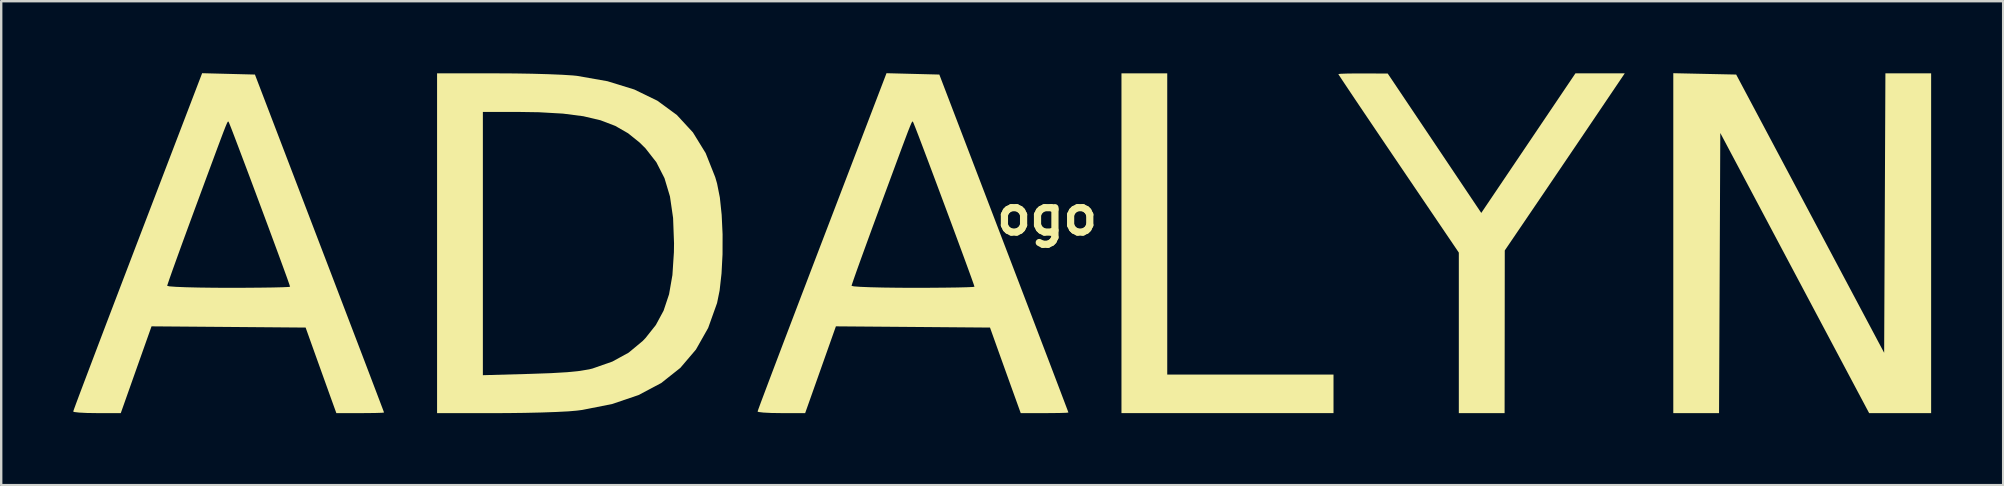
<source format=kicad_pcb>
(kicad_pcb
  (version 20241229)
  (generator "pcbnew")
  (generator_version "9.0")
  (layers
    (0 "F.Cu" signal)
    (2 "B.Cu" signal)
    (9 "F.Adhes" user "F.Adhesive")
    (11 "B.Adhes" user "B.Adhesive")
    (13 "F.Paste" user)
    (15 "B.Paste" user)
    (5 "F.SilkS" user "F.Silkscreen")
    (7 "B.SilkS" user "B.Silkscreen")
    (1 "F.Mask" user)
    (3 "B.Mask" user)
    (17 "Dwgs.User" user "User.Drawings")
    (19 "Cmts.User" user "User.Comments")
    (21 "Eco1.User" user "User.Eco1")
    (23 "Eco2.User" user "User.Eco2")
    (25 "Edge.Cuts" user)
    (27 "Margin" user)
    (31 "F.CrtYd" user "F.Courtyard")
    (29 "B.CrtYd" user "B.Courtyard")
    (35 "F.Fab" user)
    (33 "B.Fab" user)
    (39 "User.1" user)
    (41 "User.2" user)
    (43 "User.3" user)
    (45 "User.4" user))
  (footprint "Logo"
    (layer "F.Cu")
    (at 39.957 5.929)
    (property "Reference" "Logo" (at 0 0 0) (layer "F.SilkS") (effects (font (size 1.524 1.524) (thickness 0.3))))
    (attr board_only exclude_from_pos_files exclude_from_bom)
    (fp_poly (pts (xy 5.622 6.626) (xy 12.549 6.626) (xy 12.549 8.232) (xy 3.715 8.232) (xy 3.715 -5.923) (xy 5.622 -5.923)) (stroke (width 0) (type solid)) (fill yes) (layer "F.SilkS"))
    (fp_poly (pts (xy 28.015 -5.901) (xy 29.325 -5.873) (xy 35.49 5.719) (xy 35.516 -0.102) (xy 35.542 -5.923) (xy 37.447 -5.923) (xy 37.447 8.232) (xy 34.864 8.232) (xy 31.763 2.397) (xy 28.663 -3.439) (xy 28.637 2.397) (xy 28.611 8.232) (xy 26.705 8.232) (xy 26.705 -5.929)) (stroke (width 0) (type solid)) (fill yes) (layer "F.SilkS"))
    (fp_poly (pts (xy 23.445 -4.091) (xy 22.976 -3.397) (xy 22.439 -2.604) (xy 21.881 -1.781) (xy 21.348 -0.994) (xy 20.946 -0.402) (xy 19.684 1.456) (xy 19.681 4.844) (xy 19.677 8.232) (xy 17.77 8.232) (xy 17.77 1.545) (xy 15.26 -2.158) (xy 14.74 -2.926) (xy 14.257 -3.641) (xy 13.821 -4.287) (xy 13.444 -4.847) (xy 13.138 -5.304) (xy 12.913 -5.641) (xy 12.781 -5.842) (xy 12.75 -5.893) (xy 12.844 -5.905) (xy 13.096 -5.914) (xy 13.465 -5.919) (xy 13.779 -5.919) (xy 14.808 -5.915) (xy 16.757 -3.012) (xy 18.705 -0.108) (xy 20.667 -3.016) (xy 22.628 -5.923) (xy 24.683 -5.923)) (stroke (width 0) (type solid)) (fill yes) (layer "F.SilkS"))
    (fp_poly (pts (xy -21.566 -5.919) (xy -20.836 -5.907) (xy -20.162 -5.888) (xy -19.584 -5.864) (xy -19.144 -5.836) (xy -18.972 -5.819) (xy -17.698 -5.595) (xy -16.583 -5.251) (xy -15.621 -4.784) (xy -14.809 -4.189) (xy -14.139 -3.463) (xy -13.608 -2.6) (xy -13.21 -1.599) (xy -13.133 -1.335) (xy -13.017 -0.751) (xy -12.941 -0.027) (xy -12.903 0.779) (xy -12.905 1.612) (xy -12.947 2.413) (xy -13.027 3.126) (xy -13.133 3.646) (xy -13.504 4.684) (xy -14.013 5.584) (xy -14.664 6.348) (xy -15.46 6.979) (xy -16.405 7.48) (xy -17.501 7.852) (xy -18.753 8.1) (xy -18.972 8.128) (xy -19.318 8.158) (xy -19.824 8.184) (xy -20.449 8.206) (xy -21.153 8.222) (xy -21.894 8.231) (xy -22.31 8.232) (xy -24.798 8.232) (xy -24.798 -4.317) (xy -22.89 -4.317) (xy -22.89 6.652) (xy -20.907 6.597) (xy -20.052 6.567) (xy -19.375 6.527) (xy -18.852 6.474) (xy -18.46 6.408) (xy -18.322 6.374) (xy -17.496 6.085) (xy -16.817 5.713) (xy -16.236 5.231) (xy -16.114 5.104) (xy -15.684 4.562) (xy -15.361 3.964) (xy -15.133 3.281) (xy -14.993 2.48) (xy -14.931 1.532) (xy -14.926 1.155) (xy -14.965 0.102) (xy -15.095 -0.794) (xy -15.324 -1.558) (xy -15.662 -2.219) (xy -16.117 -2.801) (xy -16.36 -3.041) (xy -16.839 -3.426) (xy -17.373 -3.733) (xy -17.988 -3.968) (xy -18.706 -4.137) (xy -19.555 -4.246) (xy -20.557 -4.303) (xy -21.359 -4.315) (xy -22.89 -4.317) (xy -24.798 -4.317) (xy -24.798 -5.923) (xy -22.31 -5.923)) (stroke (width 0) (type solid)) (fill yes) (layer "F.SilkS"))
    (fp_poly (pts (xy -33.486 -5.901) (xy -32.386 -5.873) (xy -29.697 1.155) (xy -29.264 2.285) (xy -28.854 3.359) (xy -28.47 4.364) (xy -28.118 5.284) (xy -27.805 6.104) (xy -27.536 6.811) (xy -27.316 7.389) (xy -27.151 7.824) (xy -27.046 8.101) (xy -27.007 8.207) (xy -27.007 8.207) (xy -27.1 8.218) (xy -27.351 8.226) (xy -27.718 8.231) (xy -28 8.232) (xy -28.994 8.232) (xy -29.257 7.505) (xy -29.407 7.087) (xy -29.595 6.563) (xy -29.792 6.015) (xy -29.897 5.723) (xy -30.274 4.668) (xy -33.484 4.642) (xy -36.694 4.617) (xy -37.335 6.424) (xy -37.975 8.232) (xy -38.966 8.232) (xy -39.385 8.226) (xy -39.716 8.209) (xy -39.917 8.185) (xy -39.957 8.166) (xy -39.922 8.063) (xy -39.821 7.788) (xy -39.659 7.355) (xy -39.441 6.779) (xy -39.174 6.074) (xy -38.863 5.254) (xy -38.514 4.336) (xy -38.131 3.333) (xy -37.977 2.929) (xy -36.042 2.929) (xy -35.946 2.951) (xy -35.676 2.971) (xy -35.258 2.988) (xy -34.72 3.001) (xy -34.087 3.009) (xy -33.482 3.012) (xy -32.789 3.01) (xy -32.167 3.005) (xy -31.643 2.998) (xy -31.243 2.988) (xy -30.994 2.977) (xy -30.922 2.966) (xy -30.956 2.86) (xy -31.05 2.592) (xy -31.197 2.188) (xy -31.385 1.674) (xy -31.606 1.076) (xy -31.849 0.419) (xy -32.106 -0.271) (xy -32.366 -0.968) (xy -32.62 -1.647) (xy -32.859 -2.281) (xy -33.072 -2.845) (xy -33.25 -3.314) (xy -33.383 -3.66) (xy -33.463 -3.859) (xy -33.481 -3.897) (xy -33.493 -3.913) (xy -33.505 -3.918) (xy -33.524 -3.898) (xy -33.556 -3.834) (xy -33.609 -3.71) (xy -33.688 -3.508) (xy -33.8 -3.212) (xy -33.953 -2.804) (xy -34.152 -2.267) (xy -34.405 -1.585) (xy -34.717 -0.74) (xy -34.895 -0.259) (xy -35.17 0.489) (xy -35.422 1.177) (xy -35.641 1.782) (xy -35.821 2.282) (xy -35.952 2.654) (xy -36.027 2.876) (xy -36.042 2.929) (xy -37.977 2.929) (xy -37.721 2.26) (xy -37.29 1.131) (xy -37.272 1.085) (xy -34.586 -5.929)) (stroke (width 0) (type solid)) (fill yes) (layer "F.SilkS"))
    (fp_poly (pts (xy -4.974 -5.901) (xy -3.873 -5.873) (xy -1.184 1.155) (xy -0.752 2.285) (xy -0.341 3.359) (xy 0.043 4.364) (xy 0.394 5.284) (xy 0.707 6.104) (xy 0.976 6.811) (xy 1.196 7.389) (xy 1.361 7.824) (xy 1.466 8.101) (xy 1.505 8.207) (xy 1.505 8.207) (xy 1.412 8.218) (xy 1.161 8.226) (xy 0.795 8.231) (xy 0.512 8.232) (xy -0.482 8.232) (xy -0.744 7.505) (xy -0.895 7.087) (xy -1.083 6.563) (xy -1.28 6.015) (xy -1.385 5.723) (xy -1.762 4.668) (xy -4.972 4.642) (xy -8.182 4.617) (xy -8.822 6.424) (xy -9.463 8.232) (xy -10.454 8.232) (xy -10.872 8.226) (xy -11.203 8.209) (xy -11.404 8.185) (xy -11.445 8.166) (xy -11.41 8.063) (xy -11.309 7.788) (xy -11.146 7.355) (xy -10.929 6.779) (xy -10.662 6.074) (xy -10.351 5.254) (xy -10.001 4.336) (xy -9.619 3.333) (xy -9.464 2.929) (xy -7.53 2.929) (xy -7.434 2.951) (xy -7.164 2.971) (xy -6.746 2.988) (xy -6.207 3.001) (xy -5.574 3.009) (xy -4.97 3.012) (xy -4.276 3.01) (xy -3.654 3.005) (xy -3.13 2.998) (xy -2.731 2.988) (xy -2.482 2.977) (xy -2.409 2.966) (xy -2.443 2.86) (xy -2.538 2.592) (xy -2.685 2.188) (xy -2.873 1.674) (xy -3.094 1.076) (xy -3.337 0.419) (xy -3.594 -0.271) (xy -3.854 -0.968) (xy -4.108 -1.647) (xy -4.346 -2.281) (xy -4.559 -2.845) (xy -4.737 -3.314) (xy -4.871 -3.66) (xy -4.951 -3.859) (xy -4.968 -3.897) (xy -4.98 -3.913) (xy -4.992 -3.918) (xy -5.011 -3.898) (xy -5.044 -3.834) (xy -5.096 -3.71) (xy -5.176 -3.508) (xy -5.288 -3.212) (xy -5.441 -2.804) (xy -5.64 -2.267) (xy -5.892 -1.585) (xy -6.205 -0.74) (xy -6.382 -0.259) (xy -6.658 0.489) (xy -6.909 1.177) (xy -7.129 1.782) (xy -7.309 2.282) (xy -7.44 2.654) (xy -7.515 2.876) (xy -7.53 2.929) (xy -9.464 2.929) (xy -9.209 2.26) (xy -8.777 1.131) (xy -8.759 1.085) (xy -6.074 -5.929)) (stroke (width 0) (type solid)) (fill yes) (layer "F.SilkS")))
  (gr_rect
    (start -3 -3)
    (end 80.405 17.162)
    (stroke (width 0.1) (type default))
    (fill no)
    (layer "Edge.Cuts")))
</source>
